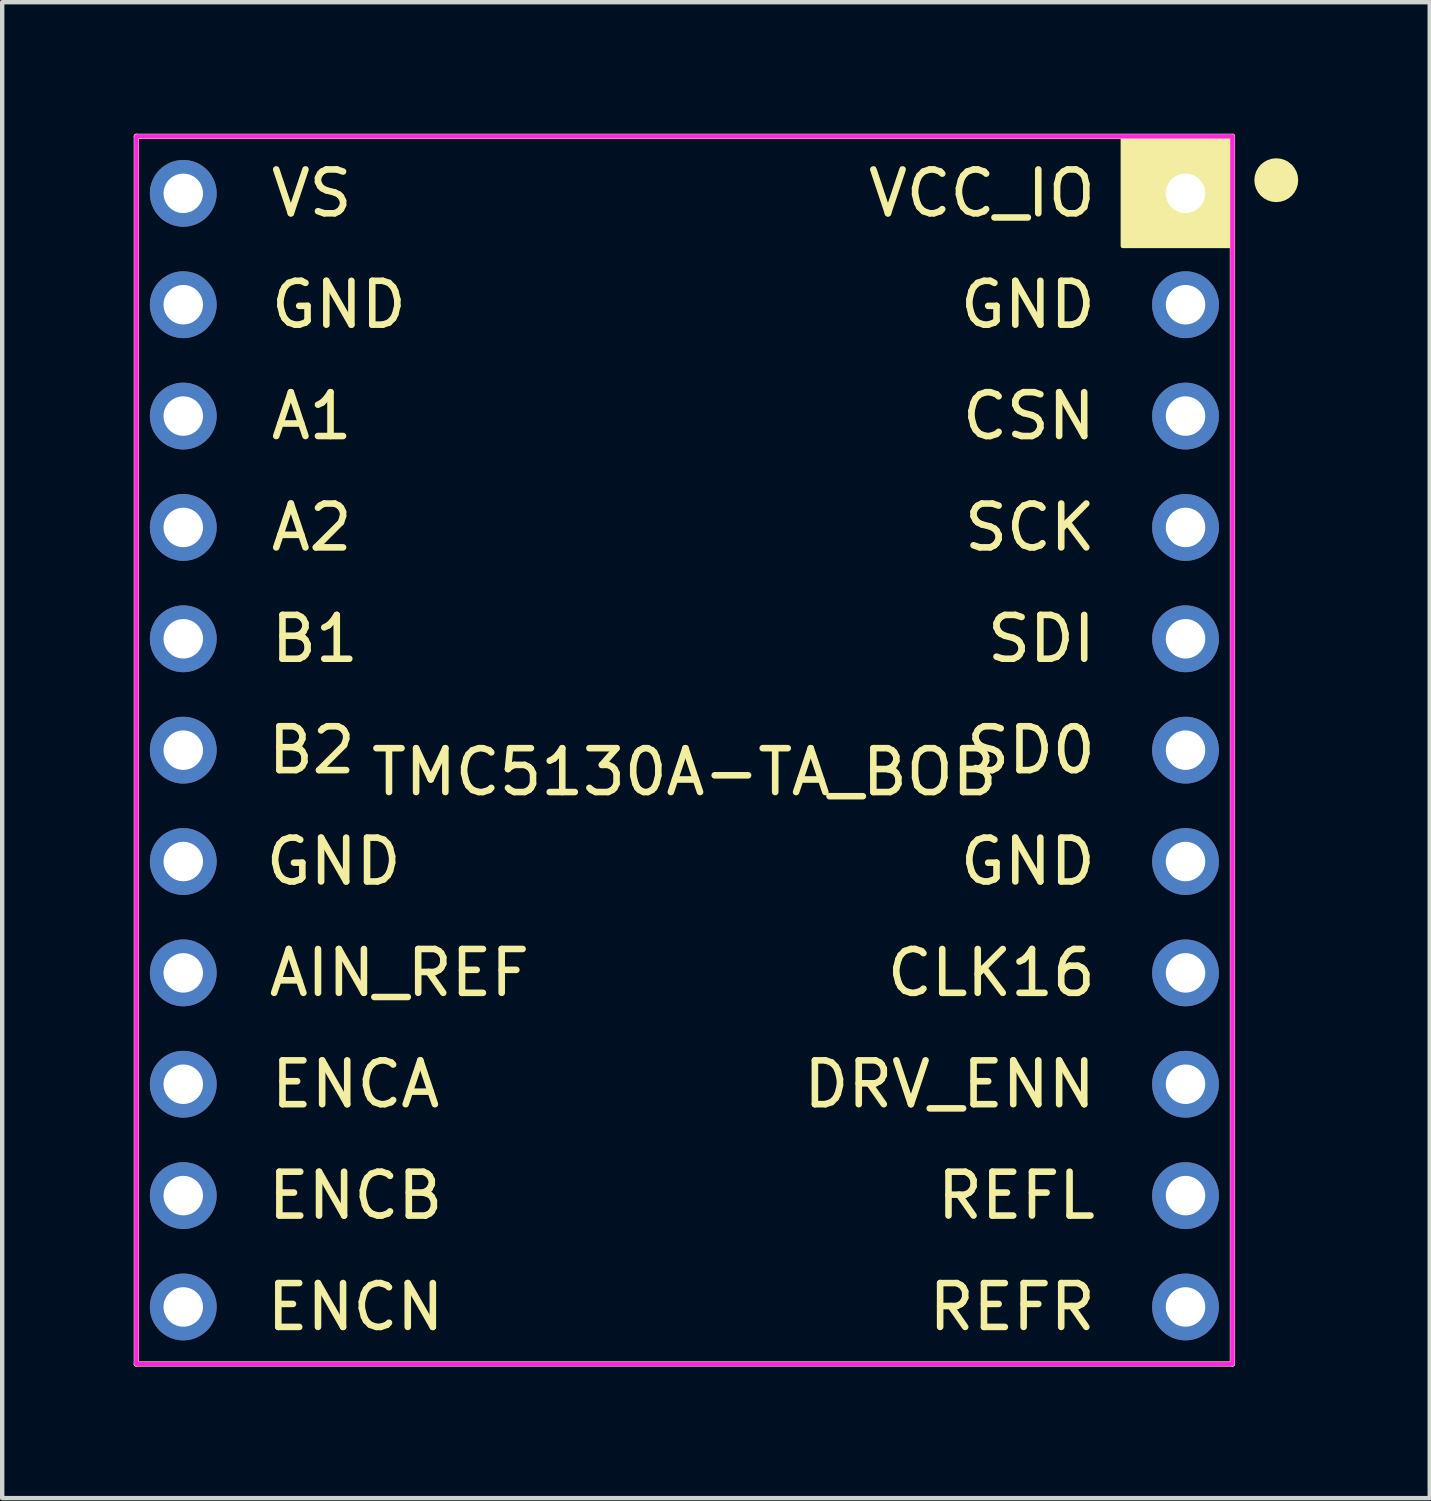
<source format=kicad_pcb>
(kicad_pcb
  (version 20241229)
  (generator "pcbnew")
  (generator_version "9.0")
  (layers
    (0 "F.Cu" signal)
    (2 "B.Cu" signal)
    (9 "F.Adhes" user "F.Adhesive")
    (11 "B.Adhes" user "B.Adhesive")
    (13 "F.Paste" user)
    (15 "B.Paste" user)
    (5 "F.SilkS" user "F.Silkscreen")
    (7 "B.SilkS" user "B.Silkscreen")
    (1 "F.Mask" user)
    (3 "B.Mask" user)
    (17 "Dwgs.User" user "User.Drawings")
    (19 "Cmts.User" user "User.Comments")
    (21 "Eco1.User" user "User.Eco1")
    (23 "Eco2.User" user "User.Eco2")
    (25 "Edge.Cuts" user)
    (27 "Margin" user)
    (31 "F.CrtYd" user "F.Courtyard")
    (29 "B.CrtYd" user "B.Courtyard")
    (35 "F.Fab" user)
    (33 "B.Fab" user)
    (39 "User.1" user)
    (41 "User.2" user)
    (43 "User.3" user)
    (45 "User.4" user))
  (footprint "TMC5130A-TA_BOB"
    (layer "F.Cu")
    (at 12.56 14.06)
    (property "Reference" "TMC5130A-TA_BOB" (at 0 0.5 0) (unlocked yes) (layer "F.SilkS") (effects (font (size 1 1) (thickness 0.15))))
    (attr through_hole)
    (fp_line (start -12.5 -14) (end 12.5 -14) (stroke (width 0.12) (type solid)) (layer "F.SilkS"))
    (fp_line (start -12.5 14) (end -12.5 -14) (stroke (width 0.12) (type solid)) (layer "F.SilkS"))
    (fp_line (start 12.5 -14) (end 12.5 14) (stroke (width 0.12) (type solid)) (layer "F.SilkS"))
    (fp_line (start 12.5 14) (end -12.5 14) (stroke (width 0.12) (type solid)) (layer "F.SilkS"))
    (fp_circle (center 13.5 -13) (end 13.75 -13) (stroke (width 0.5) (type solid)) (fill no) (layer "F.SilkS"))
    (fp_poly (pts (xy 12.5 -11.5) (xy 10 -11.5) (xy 10 -14) (xy 12.5 -14)) (stroke (width 0.1) (type solid)) (fill yes) (layer "F.SilkS"))
    (fp_poly (pts (xy 12.5 14) (xy -12.5 14) (xy -12.5 -14) (xy 12.5 -14)) (stroke (width 0.1) (type solid)) (fill no) (layer "F.CrtYd"))
    (fp_text user "VS" (at -8.5 -12.7 0) (unlocked yes) (layer "F.SilkS") (effects (font (size 1 1) (thickness 0.15))))
    (fp_text user "GND" (at -7.881 -10.16 0) (unlocked yes) (layer "F.SilkS") (effects (font (size 1 1) (thickness 0.15))))
    (fp_text user "CSN" (at 7.857 -7.62 0) (unlocked yes) (layer "F.SilkS") (effects (font (size 1 1) (thickness 0.15))))
    (fp_text user "VCC_IO" (at 6.786 -12.7 0) (unlocked yes) (layer "F.SilkS") (effects (font (size 1 1) (thickness 0.15))))
    (fp_text user "SCK" (at 7.881 -5.08 0) (unlocked yes) (layer "F.SilkS") (effects (font (size 1 1) (thickness 0.15))))
    (fp_text user "ENCA" (at -7.5 7.62 0) (unlocked yes) (layer "F.SilkS") (effects (font (size 1 1) (thickness 0.15))))
    (fp_text user "ENCB" (at -7.5 10.16 0) (unlocked yes) (layer "F.SilkS") (effects (font (size 1 1) (thickness 0.15))))
    (fp_text user "DRV_ENN" (at 6.048 7.62 0) (unlocked yes) (layer "F.SilkS") (effects (font (size 1 1) (thickness 0.15))))
    (fp_text user "CLK16" (at 7 5.08 0) (unlocked yes) (layer "F.SilkS") (effects (font (size 1 1) (thickness 0.15))))
    (fp_text user "ENCN" (at -7.5 12.7 0) (unlocked yes) (layer "F.SilkS") (effects (font (size 1 1) (thickness 0.15))))
    (fp_text user "A2" (at -8.5 -5.08 0) (unlocked yes) (layer "F.SilkS") (effects (font (size 1 1) (thickness 0.15))))
    (fp_text user "SD0" (at 7.905 0 0) (unlocked yes) (layer "F.SilkS") (effects (font (size 1 1) (thickness 0.15))))
    (fp_text user "GND" (at -8 2.54 0) (unlocked yes) (layer "F.SilkS") (effects (font (size 1 1) (thickness 0.15))))
    (fp_text user "GND" (at 7.833 2.54 0) (unlocked yes) (layer "F.SilkS") (effects (font (size 1 1) (thickness 0.15))))
    (fp_text user "B2" (at -8.5 0 0) (unlocked yes) (layer "F.SilkS") (effects (font (size 1 1) (thickness 0.15))))
    (fp_text user "SDI" (at 8.143 -2.54 0) (unlocked yes) (layer "F.SilkS") (effects (font (size 1 1) (thickness 0.15))))
    (fp_text user "REFR" (at 7.476 12.7 0) (unlocked yes) (layer "F.SilkS") (effects (font (size 1 1) (thickness 0.15))))
    (fp_text user "B1" (at -8.429 -2.54 0) (unlocked yes) (layer "F.SilkS") (effects (font (size 1 1) (thickness 0.15))))
    (fp_text user "REFL" (at 7.571 10.16 0) (unlocked yes) (layer "F.SilkS") (effects (font (size 1 1) (thickness 0.15))))
    (fp_text user "AIN_REF" (at -6.5 5.08 0) (unlocked yes) (layer "F.SilkS") (effects (font (size 1 1) (thickness 0.15))))
    (fp_text user "A1" (at -8.5 -7.62 0) (unlocked yes) (layer "F.SilkS") (effects (font (size 1 1) (thickness 0.15))))
    (fp_text user "GND" (at 7.833 -10.16 0) (unlocked yes) (layer "F.SilkS") (effects (font (size 1 1) (thickness 0.15))))
    (pad "1" thru_hole circle (at 11.43 -12.7) (size 1.524 1.524) (drill 0.9) (layers "*.Cu" "*.Mask"))
    (pad "2" thru_hole circle (at 11.43 -10.16) (size 1.524 1.524) (drill 0.9) (layers "*.Cu" "*.Mask"))
    (pad "3" thru_hole circle (at 11.43 -7.62) (size 1.524 1.524) (drill 0.9) (layers "*.Cu" "*.Mask"))
    (pad "4" thru_hole circle (at 11.43 -5.08) (size 1.524 1.524) (drill 0.9) (layers "*.Cu" "*.Mask"))
    (pad "5" thru_hole circle (at 11.43 -2.54) (size 1.524 1.524) (drill 0.9) (layers "*.Cu" "*.Mask"))
    (pad "6" thru_hole circle (at 11.43 0) (size 1.524 1.524) (drill 0.9) (layers "*.Cu" "*.Mask"))
    (pad "7" thru_hole circle (at 11.43 2.54) (size 1.524 1.524) (drill 0.9) (layers "*.Cu" "*.Mask"))
    (pad "8" thru_hole circle (at 11.43 5.08) (size 1.524 1.524) (drill 0.9) (layers "*.Cu" "*.Mask"))
    (pad "9" thru_hole circle (at 11.43 7.62) (size 1.524 1.524) (drill 0.9) (layers "*.Cu" "*.Mask"))
    (pad "10" thru_hole circle (at 11.43 10.16) (size 1.524 1.524) (drill 0.9) (layers "*.Cu" "*.Mask"))
    (pad "11" thru_hole circle (at 11.43 12.7) (size 1.524 1.524) (drill 0.9) (layers "*.Cu" "*.Mask"))
    (pad "12" thru_hole circle (at -11.43 -12.7 180) (size 1.524 1.524) (drill 0.9) (layers "*.Cu" "*.Mask"))
    (pad "13" thru_hole circle (at -11.43 -10.16 180) (size 1.524 1.524) (drill 0.9) (layers "*.Cu" "*.Mask"))
    (pad "14" thru_hole circle (at -11.43 -7.62 180) (size 1.524 1.524) (drill 0.9) (layers "*.Cu" "*.Mask"))
    (pad "15" thru_hole circle (at -11.43 -5.08 180) (size 1.524 1.524) (drill 0.9) (layers "*.Cu" "*.Mask"))
    (pad "16" thru_hole circle (at -11.43 -2.54 180) (size 1.524 1.524) (drill 0.9) (layers "*.Cu" "*.Mask"))
    (pad "17" thru_hole circle (at -11.43 0 180) (size 1.524 1.524) (drill 0.9) (layers "*.Cu" "*.Mask"))
    (pad "18" thru_hole circle (at -11.43 2.54 180) (size 1.524 1.524) (drill 0.9) (layers "*.Cu" "*.Mask"))
    (pad "19" thru_hole circle (at -11.43 5.08 180) (size 1.524 1.524) (drill 0.9) (layers "*.Cu" "*.Mask"))
    (pad "20" thru_hole circle (at -11.43 7.62 180) (size 1.524 1.524) (drill 0.9) (layers "*.Cu" "*.Mask"))
    (pad "21" thru_hole circle (at -11.43 10.16 180) (size 1.524 1.524) (drill 0.9) (layers "*.Cu" "*.Mask"))
    (pad "22" thru_hole circle (at -11.43 12.7 180) (size 1.524 1.524) (drill 0.9) (layers "*.Cu" "*.Mask")))
  (gr_rect
    (start -3 -3)
    (end 29.56 31.12)
    (stroke (width 0.1) (type default))
    (fill no)
    (layer "Edge.Cuts")))
</source>
